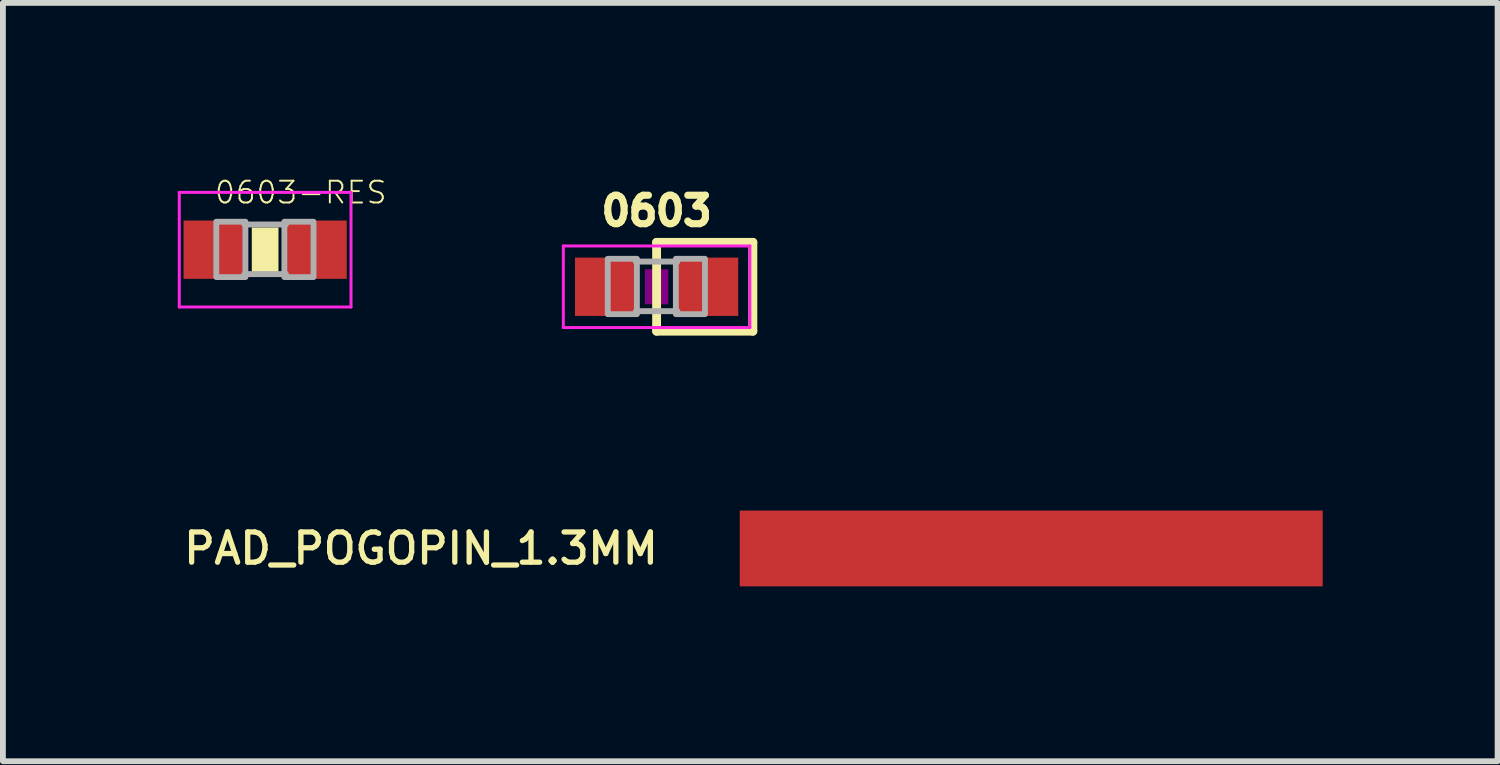
<source format=kicad_pcb>
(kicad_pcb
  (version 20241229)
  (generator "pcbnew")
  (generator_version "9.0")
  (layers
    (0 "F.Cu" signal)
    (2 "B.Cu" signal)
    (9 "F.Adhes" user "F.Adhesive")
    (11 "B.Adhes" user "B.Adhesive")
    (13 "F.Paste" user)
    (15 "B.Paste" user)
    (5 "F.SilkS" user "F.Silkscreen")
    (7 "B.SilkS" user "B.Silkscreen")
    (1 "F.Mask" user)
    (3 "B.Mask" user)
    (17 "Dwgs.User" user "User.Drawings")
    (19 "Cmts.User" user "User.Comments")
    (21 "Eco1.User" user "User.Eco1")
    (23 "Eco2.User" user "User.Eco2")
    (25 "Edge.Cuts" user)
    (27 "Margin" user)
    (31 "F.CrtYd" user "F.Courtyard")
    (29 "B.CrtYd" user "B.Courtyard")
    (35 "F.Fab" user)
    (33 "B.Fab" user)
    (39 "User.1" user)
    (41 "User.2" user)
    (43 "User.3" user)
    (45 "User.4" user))
  (footprint "PAD_POGOPIN_1.3MM"
    (layer "F.Cu")
    (at 14.639 6.358)
    (property "Reference" "PAD_POGOPIN_1.3MM" (at -6.35 0 0) (unlocked yes) (layer "F.SilkS") (effects (font (size 0.518 0.518) (thickness 0.091)) (justify right)))
    (pad "P$1" smd rect (at 0 0) (size 10 1.3) (layers "F.Cu" "F.Mask" "F.Paste")))
  (footprint "0603-RES"
    (layer "F.Cu")
    (at 1.498 1.233)
    (property "Reference" "0603-RES" (at -0.889 -0.762 0) (unlocked yes) (layer "F.SilkS") (effects (font (size 0.374 0.374) (thickness 0.033)) (justify left bottom)))
    (fp_poly (pts (xy -0.229 0.381) (xy 0.229 0.381) (xy 0.229 -0.381) (xy -0.229 -0.381)) (stroke (width 0) (type default)) (fill yes) (layer "F.SilkS"))
    (fp_poly (pts (xy -0.2 0.3) (xy 0.2 0.3) (xy 0.2 -0.3) (xy -0.2 -0.3)) (stroke (width 0) (type default)) (fill yes) (layer "F.Adhes"))
    (fp_line (start -1.473 -0.983) (end 1.473 -0.983) (stroke (width 0.051) (type solid)) (layer "F.CrtYd"))
    (fp_line (start -1.473 0.983) (end -1.473 -0.983) (stroke (width 0.051) (type solid)) (layer "F.CrtYd"))
    (fp_line (start 1.473 -0.983) (end 1.473 0.983) (stroke (width 0.051) (type solid)) (layer "F.CrtYd"))
    (fp_line (start 1.473 0.983) (end -1.473 0.983) (stroke (width 0.051) (type solid)) (layer "F.CrtYd"))
    (fp_line (start -0.356 -0.432) (end 0.356 -0.432) (stroke (width 0.102) (type solid)) (layer "F.Fab"))
    (fp_line (start -0.356 0.419) (end 0.356 0.419) (stroke (width 0.102) (type solid)) (layer "F.Fab"))
    (fp_poly (pts (xy -0.838 0.47) (xy -0.338 0.47) (xy -0.338 -0.48) (xy -0.838 -0.48)) (stroke (width 0.1) (type default)) (fill no) (layer "F.Fab"))
    (fp_poly (pts (xy 0.33 0.47) (xy 0.83 0.47) (xy 0.83 -0.48) (xy 0.33 -0.48)) (stroke (width 0.1) (type default)) (fill no) (layer "F.Fab"))
    (pad "1" smd rect (at -0.85 0) (size 1.1 1) (layers "F.Cu" "F.Mask" "F.Paste"))
    (pad "2" smd rect (at 0.85 0) (size 1.1 1) (layers "F.Cu" "F.Mask" "F.Paste")))
  (footprint "0603"
    (layer "F.Cu")
    (at 8.213 1.869)
    (property "Reference" "0603" (at 0 -1.016 0) (unlocked yes) (layer "F.SilkS") (effects (font (size 0.488 0.488) (thickness 0.122)) (justify bottom)))
    (fp_line (start 0 -0.762) (end 0 0.762) (stroke (width 0.152) (type solid)) (layer "F.SilkS"))
    (fp_line (start 0 0.762) (end 1.651 0.762) (stroke (width 0.152) (type solid)) (layer "F.SilkS"))
    (fp_line (start 1.651 -0.762) (end 0 -0.762) (stroke (width 0.152) (type solid)) (layer "F.SilkS"))
    (fp_line (start 1.651 0.762) (end 1.651 -0.762) (stroke (width 0.152) (type solid)) (layer "F.SilkS"))
    (fp_poly (pts (xy -0.2 0.3) (xy 0.2 0.3) (xy 0.2 -0.3) (xy -0.2 -0.3)) (stroke (width 0) (type default)) (fill yes) (layer "F.Adhes"))
    (fp_line (start -1.6 -0.7) (end 1.6 -0.7) (stroke (width 0.051) (type solid)) (layer "F.CrtYd"))
    (fp_line (start -1.6 0.7) (end -1.6 -0.7) (stroke (width 0.051) (type solid)) (layer "F.CrtYd"))
    (fp_line (start 1.6 -0.7) (end 1.6 0.7) (stroke (width 0.051) (type solid)) (layer "F.CrtYd"))
    (fp_line (start 1.6 0.7) (end -1.6 0.7) (stroke (width 0.051) (type solid)) (layer "F.CrtYd"))
    (fp_line (start -0.356 -0.432) (end 0.356 -0.432) (stroke (width 0.102) (type solid)) (layer "F.Fab"))
    (fp_line (start -0.356 0.419) (end 0.356 0.419) (stroke (width 0.102) (type solid)) (layer "F.Fab"))
    (fp_poly (pts (xy -0.838 0.47) (xy -0.338 0.47) (xy -0.338 -0.48) (xy -0.838 -0.48)) (stroke (width 0.1) (type default)) (fill no) (layer "F.Fab"))
    (fp_poly (pts (xy 0.33 0.47) (xy 0.83 0.47) (xy 0.83 -0.48) (xy 0.33 -0.48)) (stroke (width 0.1) (type default)) (fill no) (layer "F.Fab"))
    (pad "A" smd rect (at -0.85 0) (size 1.1 1) (layers "F.Cu" "F.Mask" "F.Paste"))
    (pad "C" smd rect (at 0.85 0) (size 1.1 1) (layers "F.Cu" "F.Mask" "F.Paste")))
  (gr_rect
    (start -3 -3)
    (end 22.639 10.008)
    (stroke (width 0.1) (type default))
    (fill no)
    (layer "Edge.Cuts")))
</source>
